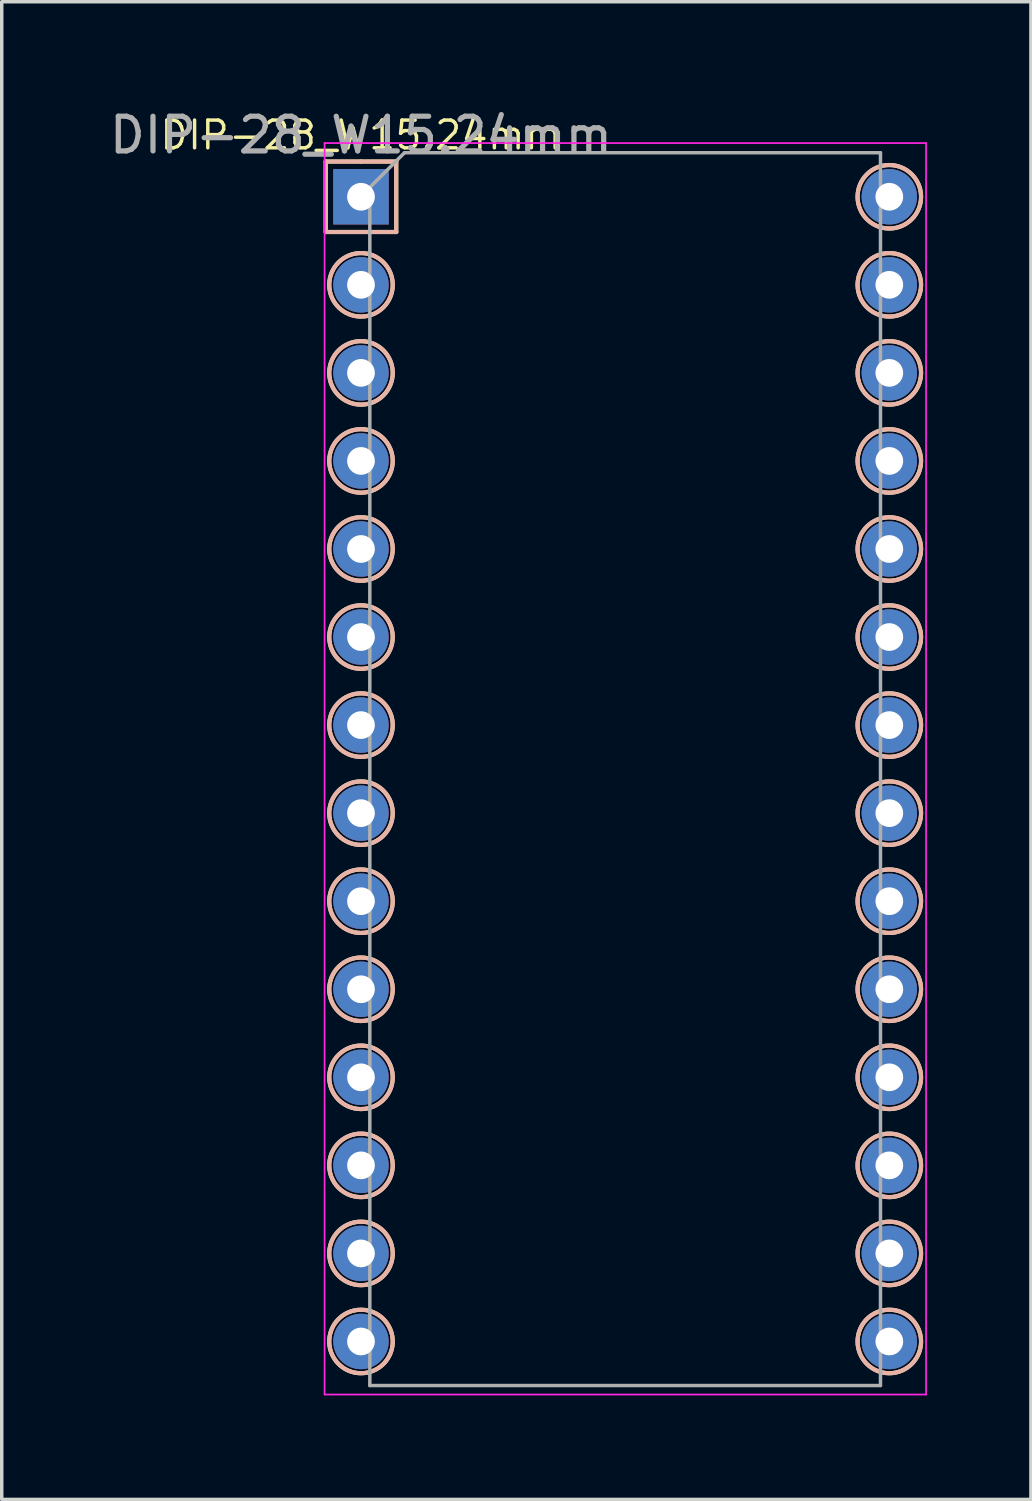
<source format=kicad_pcb>
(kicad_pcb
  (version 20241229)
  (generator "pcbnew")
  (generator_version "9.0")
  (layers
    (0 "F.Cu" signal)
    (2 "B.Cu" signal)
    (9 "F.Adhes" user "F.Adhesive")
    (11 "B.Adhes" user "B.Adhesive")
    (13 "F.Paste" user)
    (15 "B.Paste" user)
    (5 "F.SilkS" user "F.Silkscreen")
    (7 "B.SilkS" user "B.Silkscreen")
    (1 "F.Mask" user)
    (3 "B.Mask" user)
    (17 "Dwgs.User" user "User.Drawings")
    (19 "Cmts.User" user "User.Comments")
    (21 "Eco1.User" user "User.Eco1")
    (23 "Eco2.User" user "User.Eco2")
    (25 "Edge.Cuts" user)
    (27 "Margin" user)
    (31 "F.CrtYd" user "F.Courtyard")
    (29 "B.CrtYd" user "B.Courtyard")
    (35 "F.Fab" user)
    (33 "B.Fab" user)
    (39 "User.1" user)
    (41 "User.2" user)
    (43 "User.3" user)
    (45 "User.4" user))
  (footprint "DIP-28_W15.24mm"
    (layer "F.Cu")
    (at 7.363 2.626)
    (property "Reference" "DIP-28_W15.24mm" (at 0 -1.778 0) (layer "F.SilkS") (effects (font (size 0.8 0.8) (thickness 0.1))))
    (attr through_hole)
    (fp_line (start -1.016 -1.016) (end 0 -1.016) (stroke (width 0.12) (type solid)) (layer "F.SilkS"))
    (fp_line (start -1.016 1.016) (end -1.016 -1.016) (stroke (width 0.12) (type solid)) (layer "F.SilkS"))
    (fp_line (start 0 -1.016) (end 1.016 -1.016) (stroke (width 0.12) (type solid)) (layer "F.SilkS"))
    (fp_line (start 1.016 -1.016) (end 1.016 1.016) (stroke (width 0.12) (type solid)) (layer "F.SilkS"))
    (fp_line (start 1.016 1.016) (end -1.016 1.016) (stroke (width 0.12) (type solid)) (layer "F.SilkS"))
    (fp_circle (center 0 2.54) (end 0.762 2.032) (stroke (width 0.12) (type solid)) (fill no) (layer "F.SilkS"))
    (fp_circle (center 0 5.08) (end 0.762 4.572) (stroke (width 0.12) (type solid)) (fill no) (layer "F.SilkS"))
    (fp_circle (center 0 7.62) (end 0.762 7.112) (stroke (width 0.12) (type solid)) (fill no) (layer "F.SilkS"))
    (fp_circle (center 0 10.16) (end 0.762 9.652) (stroke (width 0.12) (type solid)) (fill no) (layer "F.SilkS"))
    (fp_circle (center 0 12.7) (end 0.762 12.192) (stroke (width 0.12) (type solid)) (fill no) (layer "F.SilkS"))
    (fp_circle (center 0 15.24) (end 0.762 14.732) (stroke (width 0.12) (type solid)) (fill no) (layer "F.SilkS"))
    (fp_circle (center 0 17.78) (end 0.762 17.272) (stroke (width 0.12) (type solid)) (fill no) (layer "F.SilkS"))
    (fp_circle (center 0 20.32) (end 0.762 19.812) (stroke (width 0.12) (type solid)) (fill no) (layer "F.SilkS"))
    (fp_circle (center 0 22.86) (end 0.762 22.352) (stroke (width 0.12) (type solid)) (fill no) (layer "F.SilkS"))
    (fp_circle (center 0 25.4) (end 0.762 24.892) (stroke (width 0.12) (type solid)) (fill no) (layer "F.SilkS"))
    (fp_circle (center 0 27.94) (end 0.762 27.432) (stroke (width 0.12) (type solid)) (fill no) (layer "F.SilkS"))
    (fp_circle (center 0 30.48) (end 0.762 29.972) (stroke (width 0.12) (type solid)) (fill no) (layer "F.SilkS"))
    (fp_circle (center 0 33.02) (end 0.762 32.512) (stroke (width 0.12) (type solid)) (fill no) (layer "F.SilkS"))
    (fp_circle (center 15.24 0) (end 16.002 -0.508) (stroke (width 0.12) (type solid)) (fill no) (layer "F.SilkS"))
    (fp_circle (center 15.24 2.54) (end 16.002 2.032) (stroke (width 0.12) (type solid)) (fill no) (layer "F.SilkS"))
    (fp_circle (center 15.24 5.08) (end 16.002 4.572) (stroke (width 0.12) (type solid)) (fill no) (layer "F.SilkS"))
    (fp_circle (center 15.24 7.62) (end 16.002 7.112) (stroke (width 0.12) (type solid)) (fill no) (layer "F.SilkS"))
    (fp_circle (center 15.24 10.16) (end 16.002 9.652) (stroke (width 0.12) (type solid)) (fill no) (layer "F.SilkS"))
    (fp_circle (center 15.24 12.7) (end 16.002 12.192) (stroke (width 0.12) (type solid)) (fill no) (layer "F.SilkS"))
    (fp_circle (center 15.24 15.24) (end 16.002 14.732) (stroke (width 0.12) (type solid)) (fill no) (layer "F.SilkS"))
    (fp_circle (center 15.24 17.78) (end 16.002 17.272) (stroke (width 0.12) (type solid)) (fill no) (layer "F.SilkS"))
    (fp_circle (center 15.24 20.32) (end 16.002 19.812) (stroke (width 0.12) (type solid)) (fill no) (layer "F.SilkS"))
    (fp_circle (center 15.24 22.86) (end 16.002 22.352) (stroke (width 0.12) (type solid)) (fill no) (layer "F.SilkS"))
    (fp_circle (center 15.24 25.4) (end 16.002 24.892) (stroke (width 0.12) (type solid)) (fill no) (layer "F.SilkS"))
    (fp_circle (center 15.24 27.94) (end 16.002 27.432) (stroke (width 0.12) (type solid)) (fill no) (layer "F.SilkS"))
    (fp_circle (center 15.24 30.48) (end 16.002 29.972) (stroke (width 0.12) (type solid)) (fill no) (layer "F.SilkS"))
    (fp_circle (center 15.24 33.02) (end 16.002 32.512) (stroke (width 0.12) (type solid)) (fill no) (layer "F.SilkS"))
    (fp_line (start -1.016 -1.016) (end 1.016 -1.016) (stroke (width 0.12) (type solid)) (layer "B.SilkS"))
    (fp_line (start -1.016 1.016) (end -1.016 -1.016) (stroke (width 0.12) (type solid)) (layer "B.SilkS"))
    (fp_line (start 1.016 -1.016) (end 1.016 1.016) (stroke (width 0.12) (type solid)) (layer "B.SilkS"))
    (fp_line (start 1.016 1.016) (end -1.016 1.016) (stroke (width 0.12) (type solid)) (layer "B.SilkS"))
    (fp_circle (center 0 2.54) (end 0.916 2.54) (stroke (width 0.12) (type solid)) (fill no) (layer "B.SilkS"))
    (fp_circle (center 0 5.08) (end 0.916 5.08) (stroke (width 0.12) (type solid)) (fill no) (layer "B.SilkS"))
    (fp_circle (center 0 7.62) (end 0.916 7.62) (stroke (width 0.12) (type solid)) (fill no) (layer "B.SilkS"))
    (fp_circle (center 0 10.16) (end 0.916 10.16) (stroke (width 0.12) (type solid)) (fill no) (layer "B.SilkS"))
    (fp_circle (center 0 12.7) (end 0.916 12.7) (stroke (width 0.12) (type solid)) (fill no) (layer "B.SilkS"))
    (fp_circle (center 0 15.24) (end 0.916 15.24) (stroke (width 0.12) (type solid)) (fill no) (layer "B.SilkS"))
    (fp_circle (center 0 17.78) (end 0.916 17.78) (stroke (width 0.12) (type solid)) (fill no) (layer "B.SilkS"))
    (fp_circle (center 0 20.32) (end 0.916 20.32) (stroke (width 0.12) (type solid)) (fill no) (layer "B.SilkS"))
    (fp_circle (center 0 22.86) (end 0.916 22.86) (stroke (width 0.12) (type solid)) (fill no) (layer "B.SilkS"))
    (fp_circle (center 0 25.4) (end 0.916 25.4) (stroke (width 0.12) (type solid)) (fill no) (layer "B.SilkS"))
    (fp_circle (center 0 27.94) (end 0.916 27.94) (stroke (width 0.12) (type solid)) (fill no) (layer "B.SilkS"))
    (fp_circle (center 0 30.48) (end 0.916 30.48) (stroke (width 0.12) (type solid)) (fill no) (layer "B.SilkS"))
    (fp_circle (center 0 33.02) (end 0.916 33.02) (stroke (width 0.12) (type solid)) (fill no) (layer "B.SilkS"))
    (fp_circle (center 15.24 0) (end 16.156 0) (stroke (width 0.12) (type solid)) (fill no) (layer "B.SilkS"))
    (fp_circle (center 15.24 2.54) (end 16.156 2.54) (stroke (width 0.12) (type solid)) (fill no) (layer "B.SilkS"))
    (fp_circle (center 15.24 5.08) (end 16.156 5.08) (stroke (width 0.12) (type solid)) (fill no) (layer "B.SilkS"))
    (fp_circle (center 15.24 7.62) (end 16.156 7.62) (stroke (width 0.12) (type solid)) (fill no) (layer "B.SilkS"))
    (fp_circle (center 15.24 10.16) (end 16.156 10.16) (stroke (width 0.12) (type solid)) (fill no) (layer "B.SilkS"))
    (fp_circle (center 15.24 12.7) (end 16.156 12.7) (stroke (width 0.12) (type solid)) (fill no) (layer "B.SilkS"))
    (fp_circle (center 15.24 15.24) (end 16.156 15.24) (stroke (width 0.12) (type solid)) (fill no) (layer "B.SilkS"))
    (fp_circle (center 15.24 17.78) (end 16.156 17.78) (stroke (width 0.12) (type solid)) (fill no) (layer "B.SilkS"))
    (fp_circle (center 15.24 20.32) (end 16.156 20.32) (stroke (width 0.12) (type solid)) (fill no) (layer "B.SilkS"))
    (fp_circle (center 15.24 22.86) (end 16.156 22.86) (stroke (width 0.12) (type solid)) (fill no) (layer "B.SilkS"))
    (fp_circle (center 15.24 25.4) (end 16.156 25.4) (stroke (width 0.12) (type solid)) (fill no) (layer "B.SilkS"))
    (fp_circle (center 15.24 27.94) (end 16.156 27.94) (stroke (width 0.12) (type solid)) (fill no) (layer "B.SilkS"))
    (fp_circle (center 15.24 30.48) (end 16.156 30.48) (stroke (width 0.12) (type solid)) (fill no) (layer "B.SilkS"))
    (fp_circle (center 15.24 33.02) (end 16.156 33.02) (stroke (width 0.12) (type solid)) (fill no) (layer "B.SilkS"))
    (fp_line (start -1.05 -1.55) (end -1.05 34.55) (stroke (width 0.05) (type solid)) (layer "F.CrtYd"))
    (fp_line (start -1.05 34.55) (end 16.3 34.55) (stroke (width 0.05) (type solid)) (layer "F.CrtYd"))
    (fp_line (start 16.3 -1.55) (end -1.05 -1.55) (stroke (width 0.05) (type solid)) (layer "F.CrtYd"))
    (fp_line (start 16.3 34.55) (end 16.3 -1.55) (stroke (width 0.05) (type solid)) (layer "F.CrtYd"))
    (fp_line (start 0.255 -0.27) (end 1.255 -1.27) (stroke (width 0.1) (type solid)) (layer "F.Fab"))
    (fp_line (start 0.255 34.29) (end 0.255 -0.27) (stroke (width 0.1) (type solid)) (layer "F.Fab"))
    (fp_line (start 1.255 -1.27) (end 14.985 -1.27) (stroke (width 0.1) (type solid)) (layer "F.Fab"))
    (fp_line (start 14.985 -1.27) (end 14.985 34.29) (stroke (width 0.1) (type solid)) (layer "F.Fab"))
    (fp_line (start 14.985 34.29) (end 0.255 34.29) (stroke (width 0.1) (type solid)) (layer "F.Fab"))
    (fp_text user "${REFERENCE}" (at 0 -1.778 0) (layer "F.Fab") (effects (font (size 1 1) (thickness 0.15))))
    (pad "1" thru_hole rect (at 0 0) (size 1.6 1.6) (drill 0.8) (layers "*.Cu" "*.Mask"))
    (pad "2" thru_hole oval (at 0 2.54) (size 1.6 1.6) (drill 0.8) (layers "*.Cu" "*.Mask"))
    (pad "3" thru_hole oval (at 0 5.08) (size 1.6 1.6) (drill 0.8) (layers "*.Cu" "*.Mask"))
    (pad "4" thru_hole oval (at 0 7.62) (size 1.6 1.6) (drill 0.8) (layers "*.Cu" "*.Mask"))
    (pad "5" thru_hole oval (at 0 10.16) (size 1.6 1.6) (drill 0.8) (layers "*.Cu" "*.Mask"))
    (pad "6" thru_hole oval (at 0 12.7) (size 1.6 1.6) (drill 0.8) (layers "*.Cu" "*.Mask"))
    (pad "7" thru_hole oval (at 0 15.24) (size 1.6 1.6) (drill 0.8) (layers "*.Cu" "*.Mask"))
    (pad "8" thru_hole oval (at 0 17.78) (size 1.6 1.6) (drill 0.8) (layers "*.Cu" "*.Mask"))
    (pad "9" thru_hole oval (at 0 20.32) (size 1.6 1.6) (drill 0.8) (layers "*.Cu" "*.Mask"))
    (pad "10" thru_hole oval (at 0 22.86) (size 1.6 1.6) (drill 0.8) (layers "*.Cu" "*.Mask"))
    (pad "11" thru_hole oval (at 0 25.4) (size 1.6 1.6) (drill 0.8) (layers "*.Cu" "*.Mask"))
    (pad "12" thru_hole oval (at 0 27.94) (size 1.6 1.6) (drill 0.8) (layers "*.Cu" "*.Mask"))
    (pad "13" thru_hole oval (at 0 30.48) (size 1.6 1.6) (drill 0.8) (layers "*.Cu" "*.Mask"))
    (pad "14" thru_hole oval (at 0 33.02) (size 1.6 1.6) (drill 0.8) (layers "*.Cu" "*.Mask"))
    (pad "15" thru_hole oval (at 15.24 33.02) (size 1.6 1.6) (drill 0.8) (layers "*.Cu" "*.Mask"))
    (pad "16" thru_hole oval (at 15.24 30.48) (size 1.6 1.6) (drill 0.8) (layers "*.Cu" "*.Mask"))
    (pad "17" thru_hole oval (at 15.24 27.94) (size 1.6 1.6) (drill 0.8) (layers "*.Cu" "*.Mask"))
    (pad "18" thru_hole oval (at 15.24 25.4) (size 1.6 1.6) (drill 0.8) (layers "*.Cu" "*.Mask"))
    (pad "19" thru_hole oval (at 15.24 22.86) (size 1.6 1.6) (drill 0.8) (layers "*.Cu" "*.Mask"))
    (pad "20" thru_hole oval (at 15.24 20.32) (size 1.6 1.6) (drill 0.8) (layers "*.Cu" "*.Mask"))
    (pad "21" thru_hole oval (at 15.24 17.78) (size 1.6 1.6) (drill 0.8) (layers "*.Cu" "*.Mask"))
    (pad "22" thru_hole oval (at 15.24 15.24) (size 1.6 1.6) (drill 0.8) (layers "*.Cu" "*.Mask"))
    (pad "23" thru_hole oval (at 15.24 12.7) (size 1.6 1.6) (drill 0.8) (layers "*.Cu" "*.Mask"))
    (pad "24" thru_hole oval (at 15.24 10.16) (size 1.6 1.6) (drill 0.8) (layers "*.Cu" "*.Mask"))
    (pad "25" thru_hole oval (at 15.24 7.62) (size 1.6 1.6) (drill 0.8) (layers "*.Cu" "*.Mask"))
    (pad "26" thru_hole oval (at 15.24 5.08) (size 1.6 1.6) (drill 0.8) (layers "*.Cu" "*.Mask"))
    (pad "27" thru_hole oval (at 15.24 2.54) (size 1.6 1.6) (drill 0.8) (layers "*.Cu" "*.Mask"))
    (pad "28" thru_hole oval (at 15.24 0) (size 1.6 1.6) (drill 0.8) (layers "*.Cu" "*.Mask")))
  (gr_rect
    (start -3 -3)
    (end 26.688 40.201)
    (stroke (width 0.1) (type default))
    (fill no)
    (layer "Edge.Cuts")))
</source>
